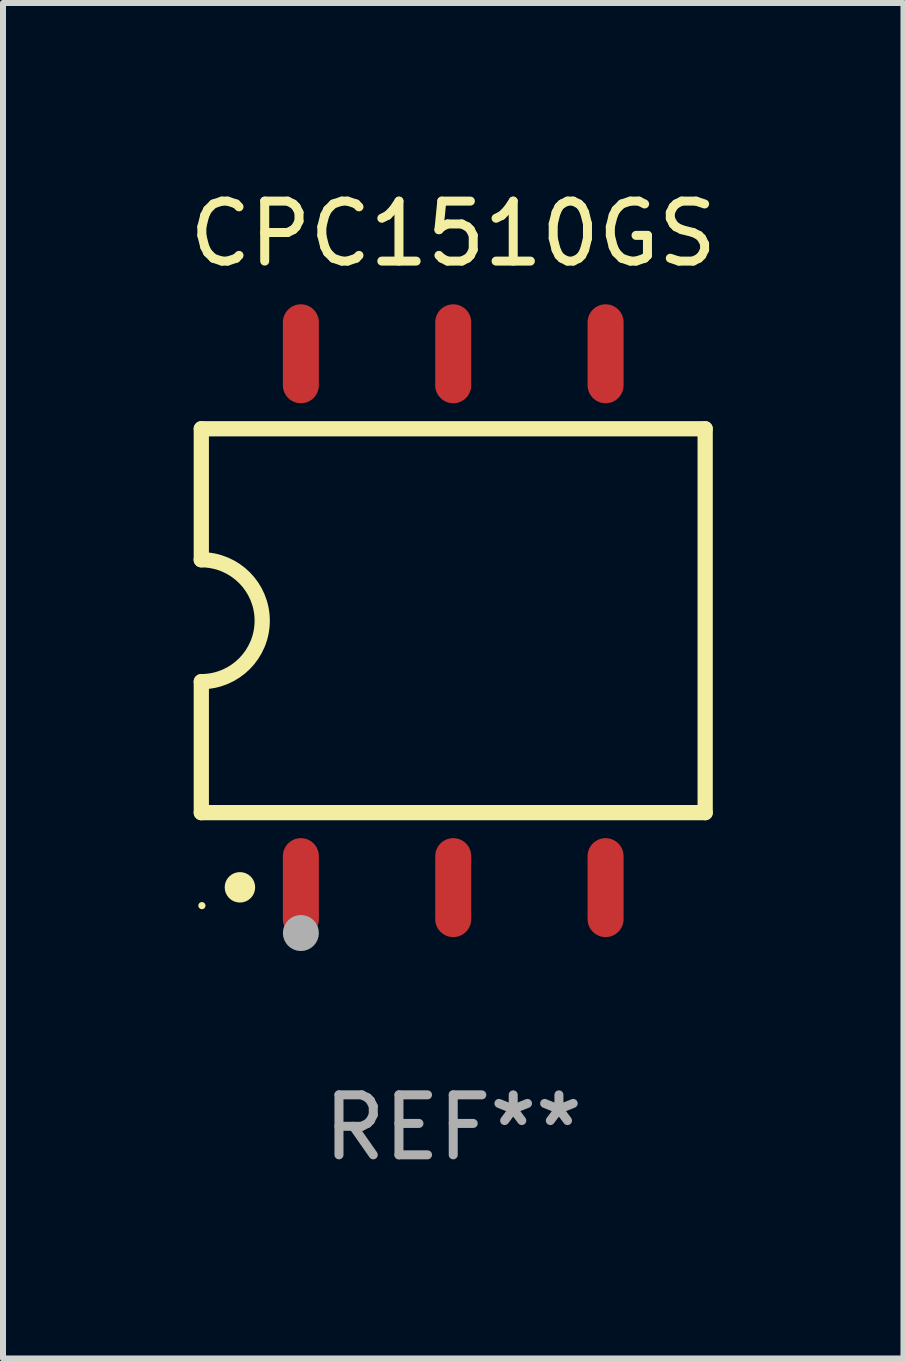
<source format=kicad_pcb>
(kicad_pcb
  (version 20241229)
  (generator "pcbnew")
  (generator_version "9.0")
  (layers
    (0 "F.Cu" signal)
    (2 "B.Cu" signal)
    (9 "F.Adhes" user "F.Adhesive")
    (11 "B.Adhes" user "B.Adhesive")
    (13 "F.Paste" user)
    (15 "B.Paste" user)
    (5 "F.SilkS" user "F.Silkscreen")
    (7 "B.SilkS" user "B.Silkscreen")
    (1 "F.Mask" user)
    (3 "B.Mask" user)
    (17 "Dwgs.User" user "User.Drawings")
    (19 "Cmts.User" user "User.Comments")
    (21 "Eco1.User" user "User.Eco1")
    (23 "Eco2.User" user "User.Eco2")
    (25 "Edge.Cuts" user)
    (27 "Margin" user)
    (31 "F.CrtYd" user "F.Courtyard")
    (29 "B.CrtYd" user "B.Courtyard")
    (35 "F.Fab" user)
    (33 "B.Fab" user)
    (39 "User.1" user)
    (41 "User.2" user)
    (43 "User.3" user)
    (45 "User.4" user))
  (footprint "CPC1510GS"
    (layer "F.Cu")
    (at 4.506 7.298)
    (property "Reference" "CPC1510GS" (at 0 -6.45 0) (layer "F.SilkS") (effects (font (size 1 1) (thickness 0.15))))
    (attr through_hole)
    (fp_line (start -4.2 -3.2) (end -4.2 -1.016) (stroke (width 0.254) (type solid)) (layer "F.SilkS"))
    (fp_line (start -4.2 -3.2) (end 4.2 -3.2) (stroke (width 0.254) (type solid)) (layer "F.SilkS"))
    (fp_line (start -4.2 3.2) (end -4.2 1.016) (stroke (width 0.254) (type solid)) (layer "F.SilkS"))
    (fp_line (start 4.2 -3.2) (end 4.2 3.2) (stroke (width 0.254) (type solid)) (layer "F.SilkS"))
    (fp_line (start 4.2 3.2) (end -4.2 3.2) (stroke (width 0.254) (type solid)) (layer "F.SilkS"))
    (fp_arc (start -4.201169 -1.016003) (mid -3.185166 -0.000585) (end -4.2 1.016002) (stroke (width 0.254001) (type solid)) (layer "F.SilkS"))
    (fp_circle (center -4.19 4.75) (end -4.16 4.75) (stroke (width 0.06) (type solid)) (fill no) (layer "F.SilkS"))
    (fp_circle (center -3.556 4.445) (end -3.429 4.445) (stroke (width 0.254) (type solid)) (fill no) (layer "F.SilkS"))
    (fp_circle (center -2.54 5.207) (end -2.39 5.207) (stroke (width 0.3) (type solid)) (fill no) (layer "F.Fab"))
    (fp_text user "REF**" (at 0 8.45 0) (layer "F.Fab") (effects (font (size 1 1) (thickness 0.15))))
    (pad "1" smd oval (at -2.54 4.45 90) (size 1.65 0.6) (layers "F.Cu" "F.Mask" "F.Paste"))
    (pad "2" smd oval (at 0 4.45 90) (size 1.65 0.6) (layers "F.Cu" "F.Mask" "F.Paste"))
    (pad "3" smd oval (at 2.54 4.45 90) (size 1.65 0.6) (layers "F.Cu" "F.Mask" "F.Paste"))
    (pad "4" smd oval (at 2.54 -4.45 90) (size 1.65 0.6) (layers "F.Cu" "F.Mask" "F.Paste"))
    (pad "5" smd oval (at 0 -4.45 90) (size 1.65 0.6) (layers "F.Cu" "F.Mask" "F.Paste"))
    (pad "6" smd oval (at -2.54 -4.45 90) (size 1.65 0.6) (layers "F.Cu" "F.Mask" "F.Paste")))
  (gr_rect
    (start -3 -3)
    (end 12.012 19.597)
    (stroke (width 0.1) (type default))
    (fill no)
    (layer "Edge.Cuts")))
</source>
